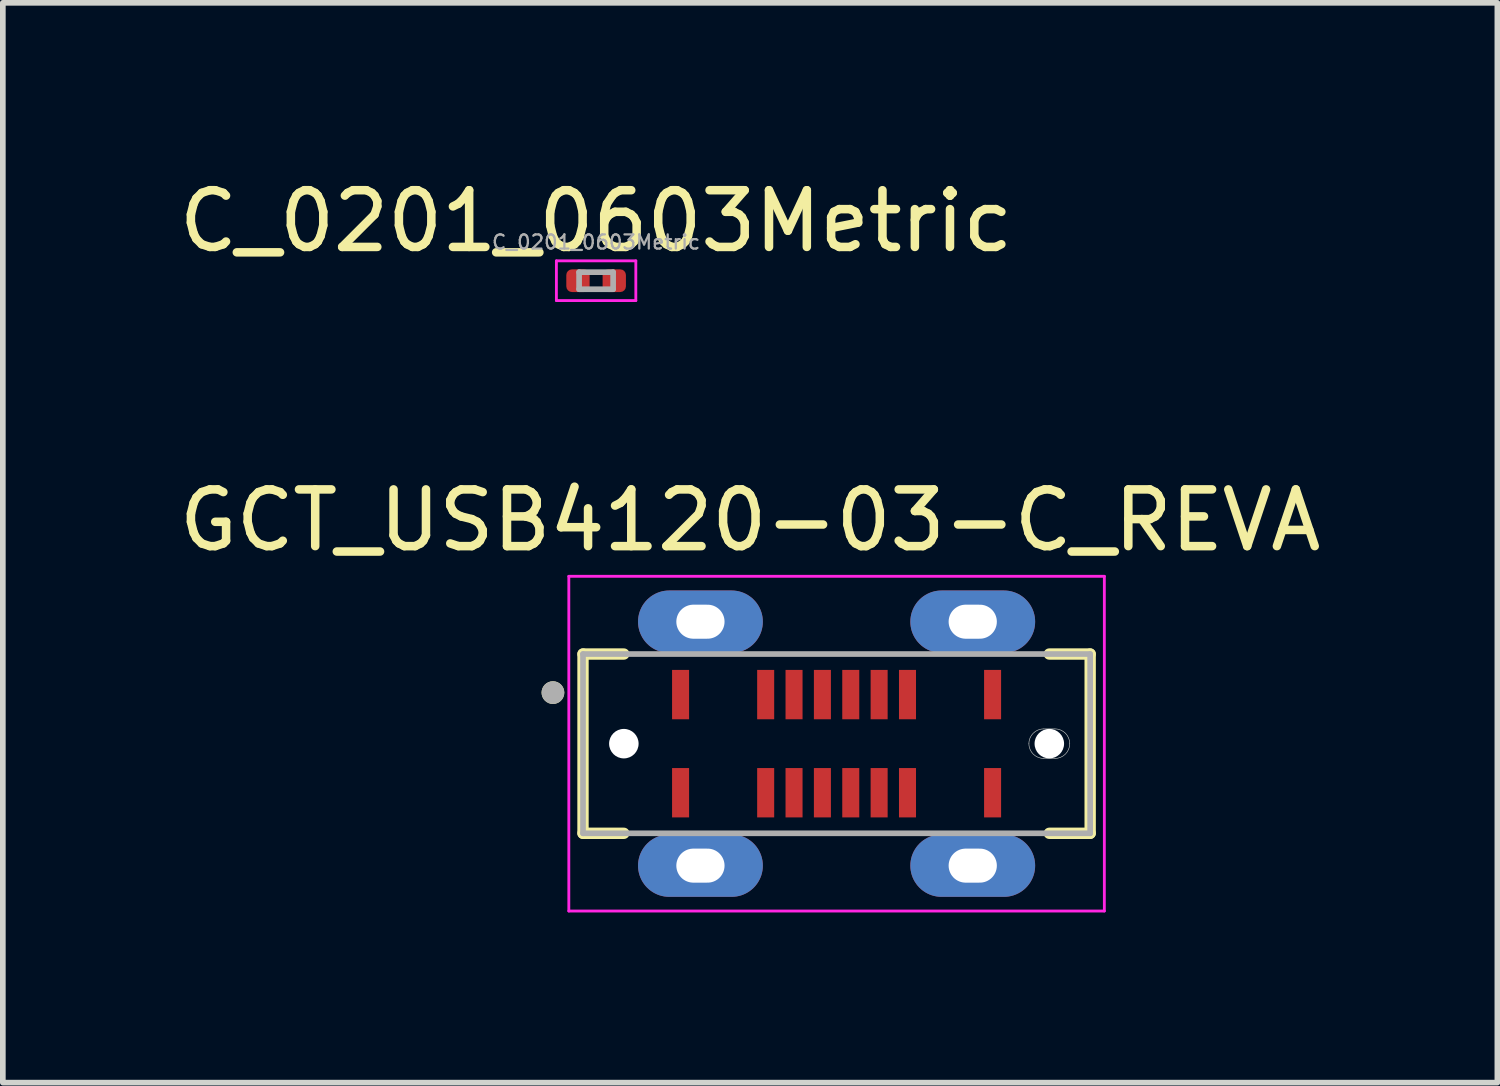
<source format=kicad_pcb>
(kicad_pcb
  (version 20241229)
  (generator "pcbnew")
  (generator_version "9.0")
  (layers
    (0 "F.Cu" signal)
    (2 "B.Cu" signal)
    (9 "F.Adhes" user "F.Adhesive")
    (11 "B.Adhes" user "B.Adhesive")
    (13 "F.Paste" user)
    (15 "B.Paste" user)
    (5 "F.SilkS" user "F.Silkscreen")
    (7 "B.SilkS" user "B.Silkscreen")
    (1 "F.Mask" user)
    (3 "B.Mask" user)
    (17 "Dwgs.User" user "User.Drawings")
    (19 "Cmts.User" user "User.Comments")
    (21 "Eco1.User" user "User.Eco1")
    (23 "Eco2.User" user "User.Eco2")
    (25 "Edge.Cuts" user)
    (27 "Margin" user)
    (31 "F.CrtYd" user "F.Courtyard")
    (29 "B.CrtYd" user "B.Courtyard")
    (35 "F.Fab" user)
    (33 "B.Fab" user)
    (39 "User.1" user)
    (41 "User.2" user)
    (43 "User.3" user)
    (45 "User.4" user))
  (footprint "GCT_USB4120-03-C_REVA"
    (layer "F.Cu")
    (at 11.697 10.059)
    (property "Reference" "GCT_USB4120-03-C_REVA" (at -1.524 -3.937 0) (layer "F.SilkS") (effects (font (size 1 1) (thickness 0.15))))
    (attr smd)
    (fp_line (start -4.47 -1.58) (end -4.47 1.58) (stroke (width 0.2) (type solid)) (layer "F.SilkS"))
    (fp_line (start -4.47 1.58) (end -3.75 1.58) (stroke (width 0.2) (type solid)) (layer "F.SilkS"))
    (fp_line (start -3.75 -1.58) (end -4.47 -1.58) (stroke (width 0.2) (type solid)) (layer "F.SilkS"))
    (fp_line (start 3.75 -1.58) (end 4.47 -1.58) (stroke (width 0.2) (type solid)) (layer "F.SilkS"))
    (fp_line (start 4.47 -1.58) (end 4.47 1.58) (stroke (width 0.2) (type solid)) (layer "F.SilkS"))
    (fp_line (start 4.47 1.58) (end 3.75 1.58) (stroke (width 0.2) (type solid)) (layer "F.SilkS"))
    (fp_circle (center -5 -0.9) (end -4.9 -0.9) (stroke (width 0.2) (type solid)) (fill no) (layer "F.SilkS"))
    (fp_line (start 3.65 -0.26) (end 3.85 -0.26) (stroke (width 0.01) (type solid)) (layer "Edge.Cuts"))
    (fp_line (start 3.85 0.26) (end 3.65 0.26) (stroke (width 0.01) (type solid)) (layer "Edge.Cuts"))
    (fp_arc (start 3.39 0) (mid 3.466152 -0.183848) (end 3.65 -0.26) (stroke (width 0.01) (type solid)) (layer "Edge.Cuts"))
    (fp_arc (start 3.65 0.26) (mid 3.466152 0.183848) (end 3.39 0) (stroke (width 0.01) (type solid)) (layer "Edge.Cuts"))
    (fp_arc (start 3.85 -0.26) (mid 4.033848 -0.183848) (end 4.11 0) (stroke (width 0.01) (type solid)) (layer "Edge.Cuts"))
    (fp_arc (start 4.11 0) (mid 4.033848 0.183848) (end 3.85 0.26) (stroke (width 0.01) (type solid)) (layer "Edge.Cuts"))
    (fp_line (start -4.72 -2.95) (end 4.72 -2.95) (stroke (width 0.05) (type solid)) (layer "F.CrtYd"))
    (fp_line (start -4.72 2.95) (end -4.72 -2.95) (stroke (width 0.05) (type solid)) (layer "F.CrtYd"))
    (fp_line (start 4.72 -2.95) (end 4.72 2.95) (stroke (width 0.05) (type solid)) (layer "F.CrtYd"))
    (fp_line (start 4.72 2.95) (end -4.72 2.95) (stroke (width 0.05) (type solid)) (layer "F.CrtYd"))
    (fp_line (start -4.47 -1.58) (end 4.47 -1.58) (stroke (width 0.1) (type solid)) (layer "F.Fab"))
    (fp_line (start -4.47 1.58) (end -4.47 -1.58) (stroke (width 0.1) (type solid)) (layer "F.Fab"))
    (fp_line (start 4.47 -1.58) (end 4.47 1.58) (stroke (width 0.1) (type solid)) (layer "F.Fab"))
    (fp_line (start 4.47 1.58) (end -4.47 1.58) (stroke (width 0.1) (type solid)) (layer "F.Fab"))
    (fp_circle (center -5 -0.9) (end -4.9 -0.9) (stroke (width 0.2) (type solid)) (fill no) (layer "F.Fab"))
    (pad "" np_thru_hole circle (at -3.75 0) (size 0.52 0.52) (drill 0.52) (layers "*.Cu" "*.Mask"))
    (pad "" np_thru_hole circle (at 3.75 0) (size 0.52 0.52) (drill 0.52) (layers "*.Cu" "*.Mask"))
    (pad "A1" smd rect (at -2.75 -0.865) (size 0.3 0.87) (layers "F.Cu" "F.Mask" "F.Paste"))
    (pad "A4" smd rect (at -1.25 -0.865) (size 0.3 0.87) (layers "F.Cu" "F.Mask" "F.Paste"))
    (pad "A5" smd rect (at -0.75 -0.865) (size 0.3 0.87) (layers "F.Cu" "F.Mask" "F.Paste"))
    (pad "A6" smd rect (at -0.25 -0.865) (size 0.3 0.87) (layers "F.Cu" "F.Mask" "F.Paste"))
    (pad "A7" smd rect (at 0.25 -0.865) (size 0.3 0.87) (layers "F.Cu" "F.Mask" "F.Paste"))
    (pad "A8" smd rect (at 0.75 -0.865) (size 0.3 0.87) (layers "F.Cu" "F.Mask" "F.Paste"))
    (pad "A9" smd rect (at 1.25 -0.865) (size 0.3 0.87) (layers "F.Cu" "F.Mask" "F.Paste"))
    (pad "A12" smd rect (at 2.75 -0.865) (size 0.3 0.87) (layers "F.Cu" "F.Mask" "F.Paste"))
    (pad "B1" smd rect (at 2.75 0.865) (size 0.3 0.87) (layers "F.Cu" "F.Mask" "F.Paste"))
    (pad "B4" smd rect (at 1.25 0.865) (size 0.3 0.87) (layers "F.Cu" "F.Mask" "F.Paste"))
    (pad "B5" smd rect (at 0.75 0.865) (size 0.3 0.87) (layers "F.Cu" "F.Mask" "F.Paste"))
    (pad "B6" smd rect (at 0.25 0.865) (size 0.3 0.87) (layers "F.Cu" "F.Mask" "F.Paste"))
    (pad "B7" smd rect (at -0.25 0.865) (size 0.3 0.87) (layers "F.Cu" "F.Mask" "F.Paste"))
    (pad "B8" smd rect (at -0.75 0.865) (size 0.3 0.87) (layers "F.Cu" "F.Mask" "F.Paste"))
    (pad "B9" smd rect (at -1.25 0.865) (size 0.3 0.87) (layers "F.Cu" "F.Mask" "F.Paste"))
    (pad "B12" smd rect (at -2.75 0.865) (size 0.3 0.87) (layers "F.Cu" "F.Mask" "F.Paste"))
    (pad "S1" thru_hole oval (at -2.4 -2.15) (size 2.2 1.1) (drill oval 0.85 0.6) (layers "*.Cu" "*.Mask"))
    (pad "S1" thru_hole oval (at -2.4 2.15) (size 2.2 1.1) (drill oval 0.85 0.6) (layers "*.Cu" "*.Mask"))
    (pad "S1" thru_hole oval (at 2.4 -2.15) (size 2.2 1.1) (drill oval 0.85 0.6) (layers "*.Cu" "*.Mask"))
    (pad "S1" thru_hole oval (at 2.4 2.15) (size 2.2 1.1) (drill oval 0.85 0.6) (layers "*.Cu" "*.Mask")))
  (footprint "C_0201_0603Metric"
    (layer "F.Cu")
    (at 7.458 1.898)
    (property "Reference" "C_0201_0603Metric" (at 0 -1.05 0) (layer "F.SilkS") (effects (font (size 1 1) (thickness 0.15))))
    (attr smd)
    (fp_line (start -0.7 -0.35) (end 0.7 -0.35) (stroke (width 0.05) (type solid)) (layer "F.CrtYd"))
    (fp_line (start -0.7 0.35) (end -0.7 -0.35) (stroke (width 0.05) (type solid)) (layer "F.CrtYd"))
    (fp_line (start 0.7 -0.35) (end 0.7 0.35) (stroke (width 0.05) (type solid)) (layer "F.CrtYd"))
    (fp_line (start 0.7 0.35) (end -0.7 0.35) (stroke (width 0.05) (type solid)) (layer "F.CrtYd"))
    (fp_line (start -0.3 -0.15) (end 0.3 -0.15) (stroke (width 0.1) (type solid)) (layer "F.Fab"))
    (fp_line (start -0.3 0.15) (end -0.3 -0.15) (stroke (width 0.1) (type solid)) (layer "F.Fab"))
    (fp_line (start 0.3 -0.15) (end 0.3 0.15) (stroke (width 0.1) (type solid)) (layer "F.Fab"))
    (fp_line (start 0.3 0.15) (end -0.3 0.15) (stroke (width 0.1) (type solid)) (layer "F.Fab"))
    (fp_text user "${REFERENCE}" (at 0 -0.68 0) (layer "F.Fab") (effects (font (size 0.25 0.25) (thickness 0.04))))
    (pad "1" smd roundrect (at -0.32 0) (size 0.411 0.4) (layers "F.Cu" "F.Mask" "F.Paste") (roundrect_rratio 0.25))
    (pad "2" smd roundrect (at 0.32 0) (size 0.411 0.4) (layers "F.Cu" "F.Mask" "F.Paste") (roundrect_rratio 0.25)))
  (gr_rect
    (start -3 -3)
    (end 23.345 16.034)
    (stroke (width 0.1) (type default))
    (fill no)
    (layer "Edge.Cuts")))
</source>
